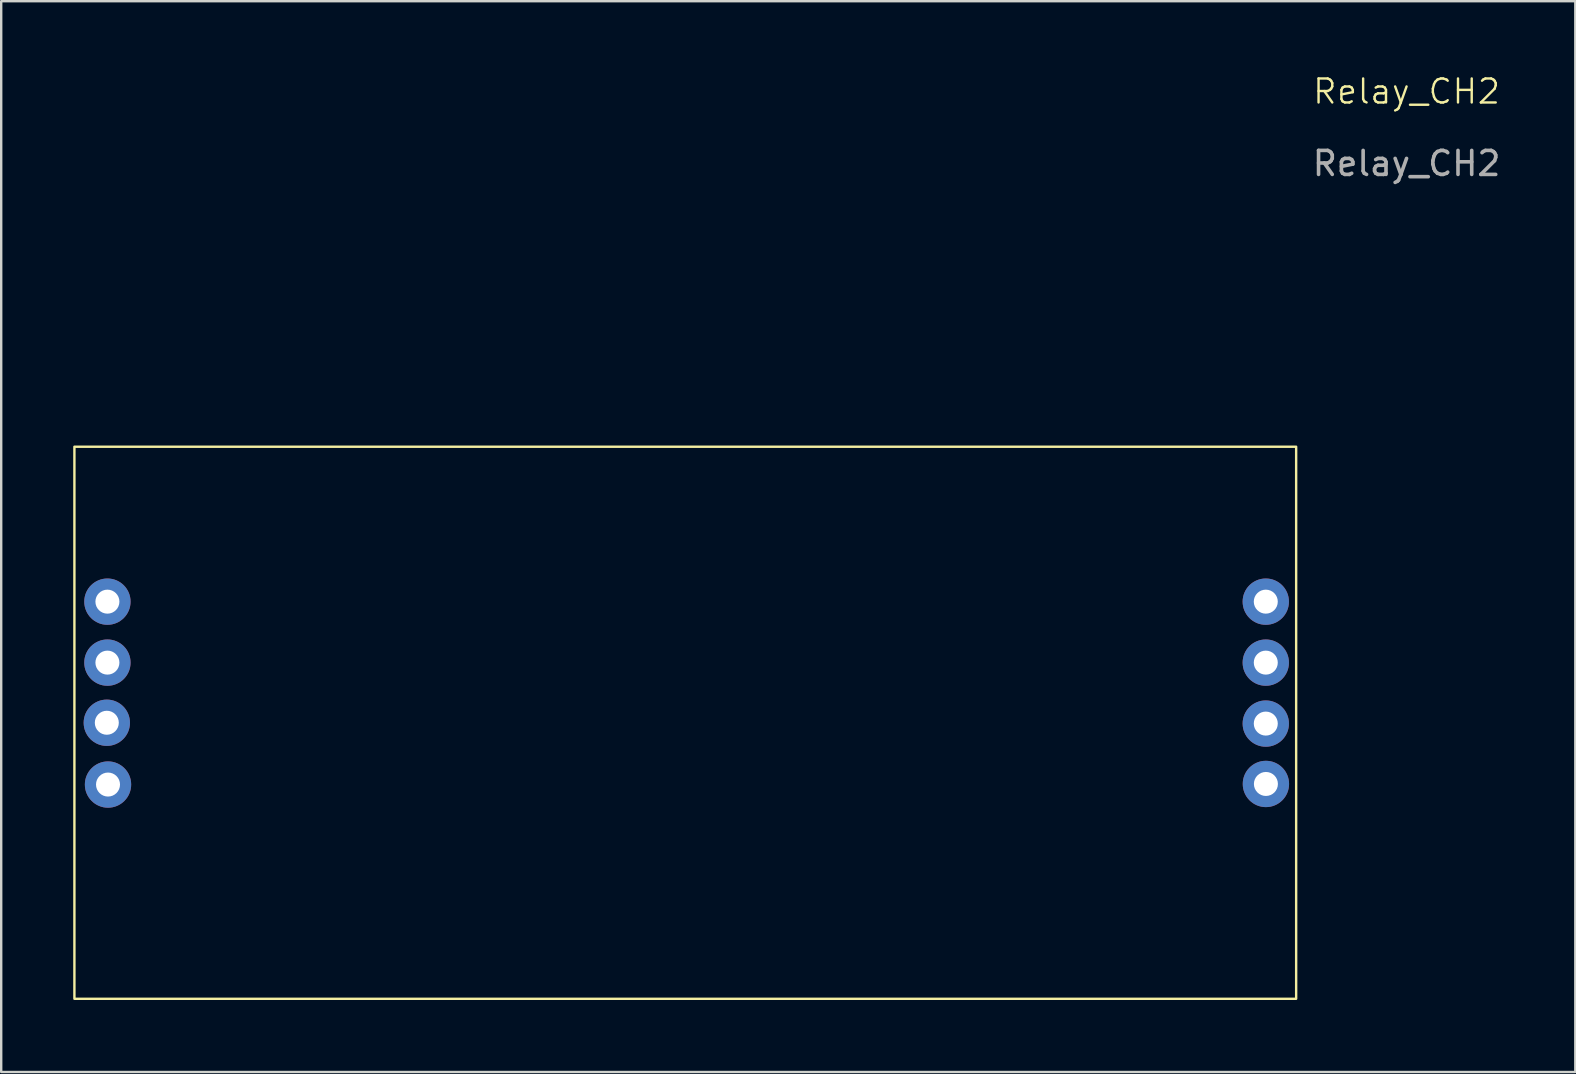
<source format=kicad_pcb>
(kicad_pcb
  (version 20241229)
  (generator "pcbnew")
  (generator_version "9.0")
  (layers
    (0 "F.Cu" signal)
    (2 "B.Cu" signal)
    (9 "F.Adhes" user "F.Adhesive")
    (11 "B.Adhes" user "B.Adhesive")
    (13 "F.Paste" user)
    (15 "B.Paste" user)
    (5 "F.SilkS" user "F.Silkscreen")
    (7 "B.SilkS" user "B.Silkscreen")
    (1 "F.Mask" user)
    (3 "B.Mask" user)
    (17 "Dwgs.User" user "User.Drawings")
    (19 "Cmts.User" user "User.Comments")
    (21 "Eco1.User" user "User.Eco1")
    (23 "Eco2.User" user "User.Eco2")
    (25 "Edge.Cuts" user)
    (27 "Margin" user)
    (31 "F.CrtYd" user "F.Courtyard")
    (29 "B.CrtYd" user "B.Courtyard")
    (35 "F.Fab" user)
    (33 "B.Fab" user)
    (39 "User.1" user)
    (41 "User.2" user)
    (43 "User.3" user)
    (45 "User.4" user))
  (footprint "Relay_CH2"
    (layer "F.Cu")
    (at 25.1 27.061)
    (property "Reference" "Relay_CH2" (at 30.45 -26.3 0) (unlocked yes) (layer "F.SilkS") (effects (font (size 1 1) (thickness 0.1))))
    (attr smd)
    (fp_rect (start -25.05 -11.5) (end 25.85 11.5) (stroke (width 0.1) (type default)) (fill no) (layer "F.SilkS"))
    (fp_text user "${REFERENCE}" (at 30.45 -23.3 0) (unlocked yes) (layer "F.Fab") (effects (font (size 1 1) (thickness 0.15))))
    (pad "1" thru_hole circle (at -23.675 -5.045) (size 1.93 1.93) (drill 1) (layers "*.Cu" "*.Mask"))
    (pad "2" thru_hole circle (at -23.675 -2.505) (size 1.93 1.93) (drill 1) (layers "*.Cu" "*.Mask"))
    (pad "3" thru_hole circle (at -23.7 0) (size 1.93 1.93) (drill 1) (layers "*.Cu" "*.Mask"))
    (pad "4" thru_hole circle (at -23.65 2.575) (size 1.93 1.93) (drill 1) (layers "*.Cu" "*.Mask"))
    (pad "5" thru_hole circle (at 24.585 -5.045) (size 1.93 1.93) (drill 1) (layers "*.Cu" "*.Mask"))
    (pad "6" thru_hole circle (at 24.585 -2.505) (size 1.93 1.93) (drill 1) (layers "*.Cu" "*.Mask"))
    (pad "7" thru_hole circle (at 24.585 0.035) (size 1.93 1.93) (drill 1) (layers "*.Cu" "*.Mask"))
    (pad "8" thru_hole circle (at 24.59 2.55) (size 1.93 1.93) (drill 1) (layers "*.Cu" "*.Mask")))
  (gr_rect
    (start -3 -3)
    (end 62.58 41.611)
    (stroke (width 0.1) (type default))
    (fill no)
    (layer "Edge.Cuts")))
</source>
